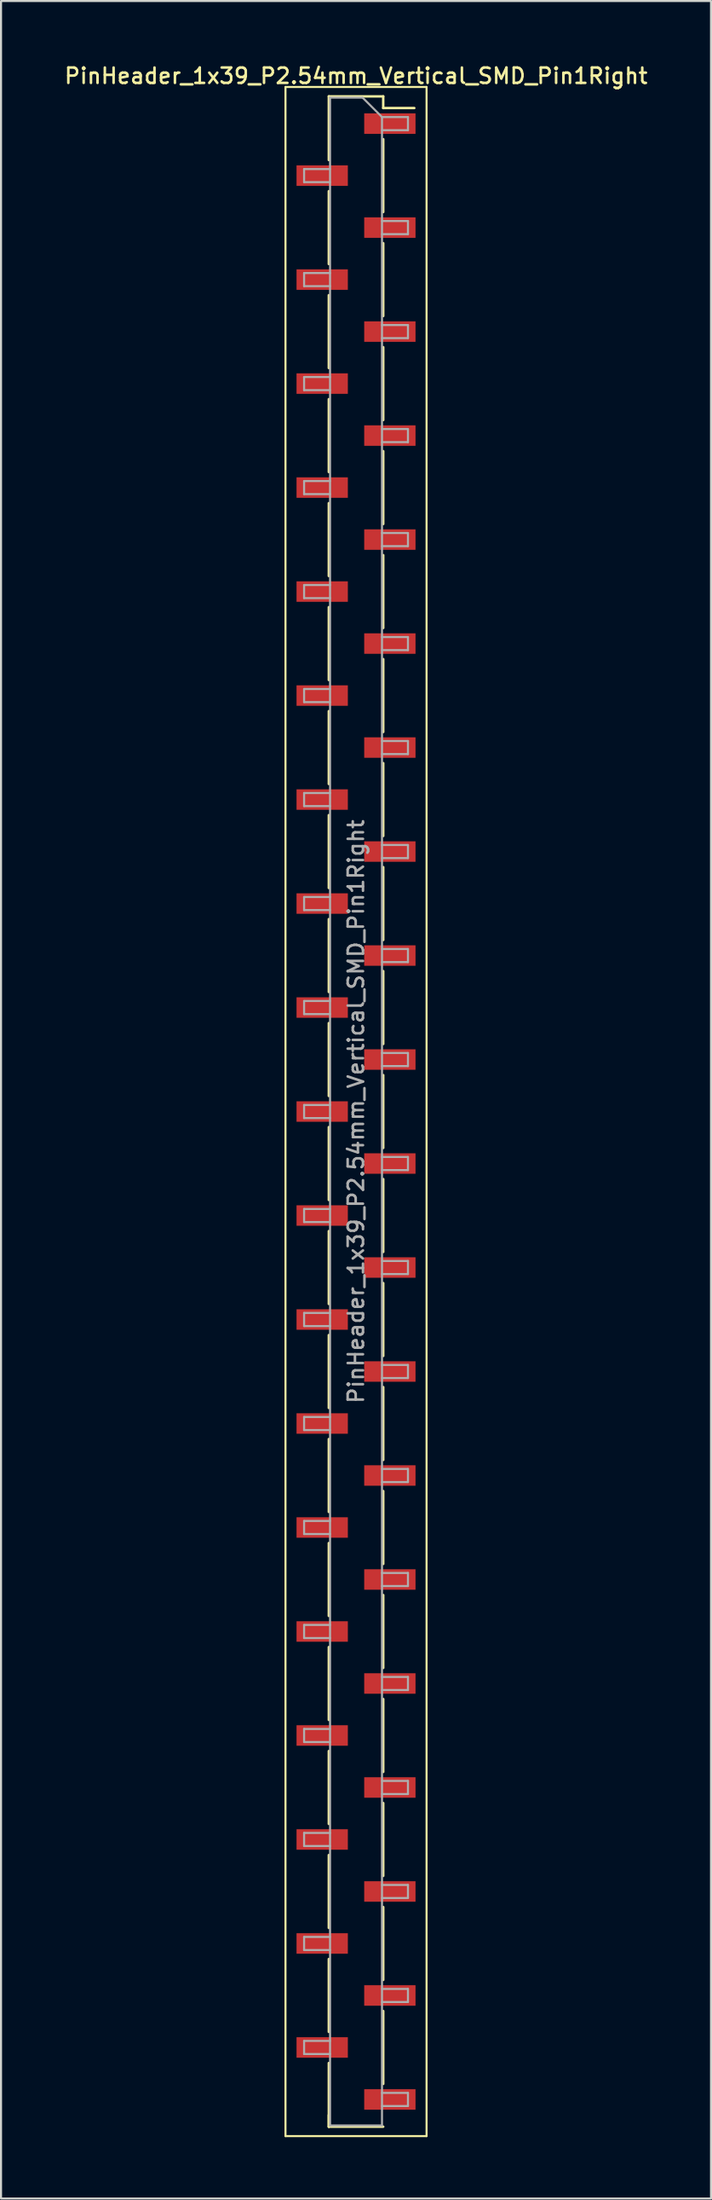
<source format=kicad_pcb>
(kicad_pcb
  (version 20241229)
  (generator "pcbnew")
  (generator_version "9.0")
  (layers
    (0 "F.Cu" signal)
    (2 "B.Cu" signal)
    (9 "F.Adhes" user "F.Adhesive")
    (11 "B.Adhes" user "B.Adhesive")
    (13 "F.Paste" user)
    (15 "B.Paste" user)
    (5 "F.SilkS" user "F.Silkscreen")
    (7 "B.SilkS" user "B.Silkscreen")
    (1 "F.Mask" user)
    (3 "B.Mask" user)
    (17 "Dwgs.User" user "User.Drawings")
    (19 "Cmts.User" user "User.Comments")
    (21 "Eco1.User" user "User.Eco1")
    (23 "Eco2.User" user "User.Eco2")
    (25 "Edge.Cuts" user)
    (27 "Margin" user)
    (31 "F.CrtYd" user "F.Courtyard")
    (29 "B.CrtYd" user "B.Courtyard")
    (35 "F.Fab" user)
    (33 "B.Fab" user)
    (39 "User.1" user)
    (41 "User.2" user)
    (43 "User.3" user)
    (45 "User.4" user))
  (footprint "PinHeader_1x39_P2.54mm_Vertical_SMD_Pin1Right"
    (layer "F.Cu")
    (at 14.363 51.248)
    (property "Reference" "PinHeader_1x39_P2.54mm_Vertical_SMD_Pin1Right" (at 0 -50.59 0) (layer "F.SilkS") (effects (font (size 0.75 0.75) (thickness 0.125))))
    (attr smd)
    (fp_line (start -3.45 -50.05) (end -3.45 50.05) (stroke (width 0.1) (type solid)) (layer "F.SilkS"))
    (fp_line (start -3.45 50.05) (end 3.45 50.05) (stroke (width 0.1) (type solid)) (layer "F.SilkS"))
    (fp_line (start -1.33 -49.59) (end -1.33 -46.48) (stroke (width 0.12) (type solid)) (layer "F.SilkS"))
    (fp_line (start -1.33 -49.59) (end 1.33 -49.59) (stroke (width 0.12) (type solid)) (layer "F.SilkS"))
    (fp_line (start -1.33 -44.96) (end -1.33 -41.4) (stroke (width 0.12) (type solid)) (layer "F.SilkS"))
    (fp_line (start -1.33 -39.88) (end -1.33 -36.32) (stroke (width 0.12) (type solid)) (layer "F.SilkS"))
    (fp_line (start -1.33 -34.8) (end -1.33 -31.24) (stroke (width 0.12) (type solid)) (layer "F.SilkS"))
    (fp_line (start -1.33 -29.72) (end -1.33 -26.16) (stroke (width 0.12) (type solid)) (layer "F.SilkS"))
    (fp_line (start -1.33 -24.64) (end -1.33 -21.08) (stroke (width 0.12) (type solid)) (layer "F.SilkS"))
    (fp_line (start -1.33 -19.56) (end -1.33 -16) (stroke (width 0.12) (type solid)) (layer "F.SilkS"))
    (fp_line (start -1.33 -14.48) (end -1.33 -10.92) (stroke (width 0.12) (type solid)) (layer "F.SilkS"))
    (fp_line (start -1.33 -9.4) (end -1.33 -5.84) (stroke (width 0.12) (type solid)) (layer "F.SilkS"))
    (fp_line (start -1.33 -4.32) (end -1.33 -0.76) (stroke (width 0.12) (type solid)) (layer "F.SilkS"))
    (fp_line (start -1.33 0.76) (end -1.33 4.32) (stroke (width 0.12) (type solid)) (layer "F.SilkS"))
    (fp_line (start -1.33 5.84) (end -1.33 9.4) (stroke (width 0.12) (type solid)) (layer "F.SilkS"))
    (fp_line (start -1.33 10.92) (end -1.33 14.48) (stroke (width 0.12) (type solid)) (layer "F.SilkS"))
    (fp_line (start -1.33 16) (end -1.33 19.56) (stroke (width 0.12) (type solid)) (layer "F.SilkS"))
    (fp_line (start -1.33 21.08) (end -1.33 24.64) (stroke (width 0.12) (type solid)) (layer "F.SilkS"))
    (fp_line (start -1.33 26.16) (end -1.33 29.72) (stroke (width 0.12) (type solid)) (layer "F.SilkS"))
    (fp_line (start -1.33 31.24) (end -1.33 34.8) (stroke (width 0.12) (type solid)) (layer "F.SilkS"))
    (fp_line (start -1.33 36.32) (end -1.33 39.88) (stroke (width 0.12) (type solid)) (layer "F.SilkS"))
    (fp_line (start -1.33 41.4) (end -1.33 44.96) (stroke (width 0.12) (type solid)) (layer "F.SilkS"))
    (fp_line (start -1.33 46.48) (end -1.33 49.59) (stroke (width 0.12) (type solid)) (layer "F.SilkS"))
    (fp_line (start -1.33 49.02) (end -1.33 49.59) (stroke (width 0.12) (type solid)) (layer "F.SilkS"))
    (fp_line (start -1.33 49.59) (end 1.33 49.59) (stroke (width 0.12) (type solid)) (layer "F.SilkS"))
    (fp_line (start 1.33 -49.59) (end 1.33 -49.02) (stroke (width 0.12) (type solid)) (layer "F.SilkS"))
    (fp_line (start 1.33 -49.02) (end 2.85 -49.02) (stroke (width 0.12) (type solid)) (layer "F.SilkS"))
    (fp_line (start 1.33 -47.5) (end 1.33 -43.94) (stroke (width 0.12) (type solid)) (layer "F.SilkS"))
    (fp_line (start 1.33 -42.42) (end 1.33 -38.86) (stroke (width 0.12) (type solid)) (layer "F.SilkS"))
    (fp_line (start 1.33 -37.34) (end 1.33 -33.78) (stroke (width 0.12) (type solid)) (layer "F.SilkS"))
    (fp_line (start 1.33 -32.26) (end 1.33 -28.7) (stroke (width 0.12) (type solid)) (layer "F.SilkS"))
    (fp_line (start 1.33 -27.18) (end 1.33 -23.62) (stroke (width 0.12) (type solid)) (layer "F.SilkS"))
    (fp_line (start 1.33 -22.1) (end 1.33 -18.54) (stroke (width 0.12) (type solid)) (layer "F.SilkS"))
    (fp_line (start 1.33 -17.02) (end 1.33 -13.46) (stroke (width 0.12) (type solid)) (layer "F.SilkS"))
    (fp_line (start 1.33 -11.94) (end 1.33 -8.38) (stroke (width 0.12) (type solid)) (layer "F.SilkS"))
    (fp_line (start 1.33 -6.86) (end 1.33 -3.3) (stroke (width 0.12) (type solid)) (layer "F.SilkS"))
    (fp_line (start 1.33 -1.78) (end 1.33 1.78) (stroke (width 0.12) (type solid)) (layer "F.SilkS"))
    (fp_line (start 1.33 3.3) (end 1.33 6.86) (stroke (width 0.12) (type solid)) (layer "F.SilkS"))
    (fp_line (start 1.33 8.38) (end 1.33 11.94) (stroke (width 0.12) (type solid)) (layer "F.SilkS"))
    (fp_line (start 1.33 13.46) (end 1.33 17.02) (stroke (width 0.12) (type solid)) (layer "F.SilkS"))
    (fp_line (start 1.33 18.54) (end 1.33 22.1) (stroke (width 0.12) (type solid)) (layer "F.SilkS"))
    (fp_line (start 1.33 23.62) (end 1.33 27.18) (stroke (width 0.12) (type solid)) (layer "F.SilkS"))
    (fp_line (start 1.33 28.7) (end 1.33 32.26) (stroke (width 0.12) (type solid)) (layer "F.SilkS"))
    (fp_line (start 1.33 33.78) (end 1.33 37.34) (stroke (width 0.12) (type solid)) (layer "F.SilkS"))
    (fp_line (start 1.33 38.86) (end 1.33 42.42) (stroke (width 0.12) (type solid)) (layer "F.SilkS"))
    (fp_line (start 1.33 43.94) (end 1.33 47.5) (stroke (width 0.12) (type solid)) (layer "F.SilkS"))
    (fp_line (start 3.45 -50.05) (end -3.45 -50.05) (stroke (width 0.1) (type solid)) (layer "F.SilkS"))
    (fp_line (start 3.45 50.05) (end 3.45 -50.05) (stroke (width 0.1) (type solid)) (layer "F.SilkS"))
    (fp_line (start -2.54 -46.04) (end -2.54 -45.4) (stroke (width 0.1) (type solid)) (layer "F.Fab"))
    (fp_line (start -2.54 -45.4) (end -1.27 -45.4) (stroke (width 0.1) (type solid)) (layer "F.Fab"))
    (fp_line (start -2.54 -40.96) (end -2.54 -40.32) (stroke (width 0.1) (type solid)) (layer "F.Fab"))
    (fp_line (start -2.54 -40.32) (end -1.27 -40.32) (stroke (width 0.1) (type solid)) (layer "F.Fab"))
    (fp_line (start -2.54 -35.88) (end -2.54 -35.24) (stroke (width 0.1) (type solid)) (layer "F.Fab"))
    (fp_line (start -2.54 -35.24) (end -1.27 -35.24) (stroke (width 0.1) (type solid)) (layer "F.Fab"))
    (fp_line (start -2.54 -30.8) (end -2.54 -30.16) (stroke (width 0.1) (type solid)) (layer "F.Fab"))
    (fp_line (start -2.54 -30.16) (end -1.27 -30.16) (stroke (width 0.1) (type solid)) (layer "F.Fab"))
    (fp_line (start -2.54 -25.72) (end -2.54 -25.08) (stroke (width 0.1) (type solid)) (layer "F.Fab"))
    (fp_line (start -2.54 -25.08) (end -1.27 -25.08) (stroke (width 0.1) (type solid)) (layer "F.Fab"))
    (fp_line (start -2.54 -20.64) (end -2.54 -20) (stroke (width 0.1) (type solid)) (layer "F.Fab"))
    (fp_line (start -2.54 -20) (end -1.27 -20) (stroke (width 0.1) (type solid)) (layer "F.Fab"))
    (fp_line (start -2.54 -15.56) (end -2.54 -14.92) (stroke (width 0.1) (type solid)) (layer "F.Fab"))
    (fp_line (start -2.54 -14.92) (end -1.27 -14.92) (stroke (width 0.1) (type solid)) (layer "F.Fab"))
    (fp_line (start -2.54 -10.48) (end -2.54 -9.84) (stroke (width 0.1) (type solid)) (layer "F.Fab"))
    (fp_line (start -2.54 -9.84) (end -1.27 -9.84) (stroke (width 0.1) (type solid)) (layer "F.Fab"))
    (fp_line (start -2.54 -5.4) (end -2.54 -4.76) (stroke (width 0.1) (type solid)) (layer "F.Fab"))
    (fp_line (start -2.54 -4.76) (end -1.27 -4.76) (stroke (width 0.1) (type solid)) (layer "F.Fab"))
    (fp_line (start -2.54 -0.32) (end -2.54 0.32) (stroke (width 0.1) (type solid)) (layer "F.Fab"))
    (fp_line (start -2.54 0.32) (end -1.27 0.32) (stroke (width 0.1) (type solid)) (layer "F.Fab"))
    (fp_line (start -2.54 4.76) (end -2.54 5.4) (stroke (width 0.1) (type solid)) (layer "F.Fab"))
    (fp_line (start -2.54 5.4) (end -1.27 5.4) (stroke (width 0.1) (type solid)) (layer "F.Fab"))
    (fp_line (start -2.54 9.84) (end -2.54 10.48) (stroke (width 0.1) (type solid)) (layer "F.Fab"))
    (fp_line (start -2.54 10.48) (end -1.27 10.48) (stroke (width 0.1) (type solid)) (layer "F.Fab"))
    (fp_line (start -2.54 14.92) (end -2.54 15.56) (stroke (width 0.1) (type solid)) (layer "F.Fab"))
    (fp_line (start -2.54 15.56) (end -1.27 15.56) (stroke (width 0.1) (type solid)) (layer "F.Fab"))
    (fp_line (start -2.54 20) (end -2.54 20.64) (stroke (width 0.1) (type solid)) (layer "F.Fab"))
    (fp_line (start -2.54 20.64) (end -1.27 20.64) (stroke (width 0.1) (type solid)) (layer "F.Fab"))
    (fp_line (start -2.54 25.08) (end -2.54 25.72) (stroke (width 0.1) (type solid)) (layer "F.Fab"))
    (fp_line (start -2.54 25.72) (end -1.27 25.72) (stroke (width 0.1) (type solid)) (layer "F.Fab"))
    (fp_line (start -2.54 30.16) (end -2.54 30.8) (stroke (width 0.1) (type solid)) (layer "F.Fab"))
    (fp_line (start -2.54 30.8) (end -1.27 30.8) (stroke (width 0.1) (type solid)) (layer "F.Fab"))
    (fp_line (start -2.54 35.24) (end -2.54 35.88) (stroke (width 0.1) (type solid)) (layer "F.Fab"))
    (fp_line (start -2.54 35.88) (end -1.27 35.88) (stroke (width 0.1) (type solid)) (layer "F.Fab"))
    (fp_line (start -2.54 40.32) (end -2.54 40.96) (stroke (width 0.1) (type solid)) (layer "F.Fab"))
    (fp_line (start -2.54 40.96) (end -1.27 40.96) (stroke (width 0.1) (type solid)) (layer "F.Fab"))
    (fp_line (start -2.54 45.4) (end -2.54 46.04) (stroke (width 0.1) (type solid)) (layer "F.Fab"))
    (fp_line (start -2.54 46.04) (end -1.27 46.04) (stroke (width 0.1) (type solid)) (layer "F.Fab"))
    (fp_line (start -1.27 -49.53) (end -1.27 49.53) (stroke (width 0.1) (type solid)) (layer "F.Fab"))
    (fp_line (start -1.27 -49.53) (end 0.32 -49.53) (stroke (width 0.1) (type solid)) (layer "F.Fab"))
    (fp_line (start -1.27 -46.04) (end -2.54 -46.04) (stroke (width 0.1) (type solid)) (layer "F.Fab"))
    (fp_line (start -1.27 -40.96) (end -2.54 -40.96) (stroke (width 0.1) (type solid)) (layer "F.Fab"))
    (fp_line (start -1.27 -35.88) (end -2.54 -35.88) (stroke (width 0.1) (type solid)) (layer "F.Fab"))
    (fp_line (start -1.27 -30.8) (end -2.54 -30.8) (stroke (width 0.1) (type solid)) (layer "F.Fab"))
    (fp_line (start -1.27 -25.72) (end -2.54 -25.72) (stroke (width 0.1) (type solid)) (layer "F.Fab"))
    (fp_line (start -1.27 -20.64) (end -2.54 -20.64) (stroke (width 0.1) (type solid)) (layer "F.Fab"))
    (fp_line (start -1.27 -15.56) (end -2.54 -15.56) (stroke (width 0.1) (type solid)) (layer "F.Fab"))
    (fp_line (start -1.27 -10.48) (end -2.54 -10.48) (stroke (width 0.1) (type solid)) (layer "F.Fab"))
    (fp_line (start -1.27 -5.4) (end -2.54 -5.4) (stroke (width 0.1) (type solid)) (layer "F.Fab"))
    (fp_line (start -1.27 -0.32) (end -2.54 -0.32) (stroke (width 0.1) (type solid)) (layer "F.Fab"))
    (fp_line (start -1.27 4.76) (end -2.54 4.76) (stroke (width 0.1) (type solid)) (layer "F.Fab"))
    (fp_line (start -1.27 9.84) (end -2.54 9.84) (stroke (width 0.1) (type solid)) (layer "F.Fab"))
    (fp_line (start -1.27 14.92) (end -2.54 14.92) (stroke (width 0.1) (type solid)) (layer "F.Fab"))
    (fp_line (start -1.27 20) (end -2.54 20) (stroke (width 0.1) (type solid)) (layer "F.Fab"))
    (fp_line (start -1.27 25.08) (end -2.54 25.08) (stroke (width 0.1) (type solid)) (layer "F.Fab"))
    (fp_line (start -1.27 30.16) (end -2.54 30.16) (stroke (width 0.1) (type solid)) (layer "F.Fab"))
    (fp_line (start -1.27 35.24) (end -2.54 35.24) (stroke (width 0.1) (type solid)) (layer "F.Fab"))
    (fp_line (start -1.27 40.32) (end -2.54 40.32) (stroke (width 0.1) (type solid)) (layer "F.Fab"))
    (fp_line (start -1.27 45.4) (end -2.54 45.4) (stroke (width 0.1) (type solid)) (layer "F.Fab"))
    (fp_line (start 1.27 -48.58) (end 0.32 -49.53) (stroke (width 0.1) (type solid)) (layer "F.Fab"))
    (fp_line (start 1.27 -48.58) (end 2.54 -48.58) (stroke (width 0.1) (type solid)) (layer "F.Fab"))
    (fp_line (start 1.27 -43.5) (end 2.54 -43.5) (stroke (width 0.1) (type solid)) (layer "F.Fab"))
    (fp_line (start 1.27 -38.42) (end 2.54 -38.42) (stroke (width 0.1) (type solid)) (layer "F.Fab"))
    (fp_line (start 1.27 -33.34) (end 2.54 -33.34) (stroke (width 0.1) (type solid)) (layer "F.Fab"))
    (fp_line (start 1.27 -28.26) (end 2.54 -28.26) (stroke (width 0.1) (type solid)) (layer "F.Fab"))
    (fp_line (start 1.27 -23.18) (end 2.54 -23.18) (stroke (width 0.1) (type solid)) (layer "F.Fab"))
    (fp_line (start 1.27 -18.1) (end 2.54 -18.1) (stroke (width 0.1) (type solid)) (layer "F.Fab"))
    (fp_line (start 1.27 -13.02) (end 2.54 -13.02) (stroke (width 0.1) (type solid)) (layer "F.Fab"))
    (fp_line (start 1.27 -7.94) (end 2.54 -7.94) (stroke (width 0.1) (type solid)) (layer "F.Fab"))
    (fp_line (start 1.27 -2.86) (end 2.54 -2.86) (stroke (width 0.1) (type solid)) (layer "F.Fab"))
    (fp_line (start 1.27 2.22) (end 2.54 2.22) (stroke (width 0.1) (type solid)) (layer "F.Fab"))
    (fp_line (start 1.27 7.3) (end 2.54 7.3) (stroke (width 0.1) (type solid)) (layer "F.Fab"))
    (fp_line (start 1.27 12.38) (end 2.54 12.38) (stroke (width 0.1) (type solid)) (layer "F.Fab"))
    (fp_line (start 1.27 17.46) (end 2.54 17.46) (stroke (width 0.1) (type solid)) (layer "F.Fab"))
    (fp_line (start 1.27 22.54) (end 2.54 22.54) (stroke (width 0.1) (type solid)) (layer "F.Fab"))
    (fp_line (start 1.27 27.62) (end 2.54 27.62) (stroke (width 0.1) (type solid)) (layer "F.Fab"))
    (fp_line (start 1.27 32.7) (end 2.54 32.7) (stroke (width 0.1) (type solid)) (layer "F.Fab"))
    (fp_line (start 1.27 37.78) (end 2.54 37.78) (stroke (width 0.1) (type solid)) (layer "F.Fab"))
    (fp_line (start 1.27 42.86) (end 2.54 42.86) (stroke (width 0.1) (type solid)) (layer "F.Fab"))
    (fp_line (start 1.27 47.94) (end 2.54 47.94) (stroke (width 0.1) (type solid)) (layer "F.Fab"))
    (fp_line (start 1.27 49.53) (end -1.27 49.53) (stroke (width 0.1) (type solid)) (layer "F.Fab"))
    (fp_line (start 1.27 49.53) (end 1.27 -48.58) (stroke (width 0.1) (type solid)) (layer "F.Fab"))
    (fp_line (start 2.54 -48.58) (end 2.54 -47.94) (stroke (width 0.1) (type solid)) (layer "F.Fab"))
    (fp_line (start 2.54 -47.94) (end 1.27 -47.94) (stroke (width 0.1) (type solid)) (layer "F.Fab"))
    (fp_line (start 2.54 -43.5) (end 2.54 -42.86) (stroke (width 0.1) (type solid)) (layer "F.Fab"))
    (fp_line (start 2.54 -42.86) (end 1.27 -42.86) (stroke (width 0.1) (type solid)) (layer "F.Fab"))
    (fp_line (start 2.54 -38.42) (end 2.54 -37.78) (stroke (width 0.1) (type solid)) (layer "F.Fab"))
    (fp_line (start 2.54 -37.78) (end 1.27 -37.78) (stroke (width 0.1) (type solid)) (layer "F.Fab"))
    (fp_line (start 2.54 -33.34) (end 2.54 -32.7) (stroke (width 0.1) (type solid)) (layer "F.Fab"))
    (fp_line (start 2.54 -32.7) (end 1.27 -32.7) (stroke (width 0.1) (type solid)) (layer "F.Fab"))
    (fp_line (start 2.54 -28.26) (end 2.54 -27.62) (stroke (width 0.1) (type solid)) (layer "F.Fab"))
    (fp_line (start 2.54 -27.62) (end 1.27 -27.62) (stroke (width 0.1) (type solid)) (layer "F.Fab"))
    (fp_line (start 2.54 -23.18) (end 2.54 -22.54) (stroke (width 0.1) (type solid)) (layer "F.Fab"))
    (fp_line (start 2.54 -22.54) (end 1.27 -22.54) (stroke (width 0.1) (type solid)) (layer "F.Fab"))
    (fp_line (start 2.54 -18.1) (end 2.54 -17.46) (stroke (width 0.1) (type solid)) (layer "F.Fab"))
    (fp_line (start 2.54 -17.46) (end 1.27 -17.46) (stroke (width 0.1) (type solid)) (layer "F.Fab"))
    (fp_line (start 2.54 -13.02) (end 2.54 -12.38) (stroke (width 0.1) (type solid)) (layer "F.Fab"))
    (fp_line (start 2.54 -12.38) (end 1.27 -12.38) (stroke (width 0.1) (type solid)) (layer "F.Fab"))
    (fp_line (start 2.54 -7.94) (end 2.54 -7.3) (stroke (width 0.1) (type solid)) (layer "F.Fab"))
    (fp_line (start 2.54 -7.3) (end 1.27 -7.3) (stroke (width 0.1) (type solid)) (layer "F.Fab"))
    (fp_line (start 2.54 -2.86) (end 2.54 -2.22) (stroke (width 0.1) (type solid)) (layer "F.Fab"))
    (fp_line (start 2.54 -2.22) (end 1.27 -2.22) (stroke (width 0.1) (type solid)) (layer "F.Fab"))
    (fp_line (start 2.54 2.22) (end 2.54 2.86) (stroke (width 0.1) (type solid)) (layer "F.Fab"))
    (fp_line (start 2.54 2.86) (end 1.27 2.86) (stroke (width 0.1) (type solid)) (layer "F.Fab"))
    (fp_line (start 2.54 7.3) (end 2.54 7.94) (stroke (width 0.1) (type solid)) (layer "F.Fab"))
    (fp_line (start 2.54 7.94) (end 1.27 7.94) (stroke (width 0.1) (type solid)) (layer "F.Fab"))
    (fp_line (start 2.54 12.38) (end 2.54 13.02) (stroke (width 0.1) (type solid)) (layer "F.Fab"))
    (fp_line (start 2.54 13.02) (end 1.27 13.02) (stroke (width 0.1) (type solid)) (layer "F.Fab"))
    (fp_line (start 2.54 17.46) (end 2.54 18.1) (stroke (width 0.1) (type solid)) (layer "F.Fab"))
    (fp_line (start 2.54 18.1) (end 1.27 18.1) (stroke (width 0.1) (type solid)) (layer "F.Fab"))
    (fp_line (start 2.54 22.54) (end 2.54 23.18) (stroke (width 0.1) (type solid)) (layer "F.Fab"))
    (fp_line (start 2.54 23.18) (end 1.27 23.18) (stroke (width 0.1) (type solid)) (layer "F.Fab"))
    (fp_line (start 2.54 27.62) (end 2.54 28.26) (stroke (width 0.1) (type solid)) (layer "F.Fab"))
    (fp_line (start 2.54 28.26) (end 1.27 28.26) (stroke (width 0.1) (type solid)) (layer "F.Fab"))
    (fp_line (start 2.54 32.7) (end 2.54 33.34) (stroke (width 0.1) (type solid)) (layer "F.Fab"))
    (fp_line (start 2.54 33.34) (end 1.27 33.34) (stroke (width 0.1) (type solid)) (layer "F.Fab"))
    (fp_line (start 2.54 37.78) (end 2.54 38.42) (stroke (width 0.1) (type solid)) (layer "F.Fab"))
    (fp_line (start 2.54 38.42) (end 1.27 38.42) (stroke (width 0.1) (type solid)) (layer "F.Fab"))
    (fp_line (start 2.54 42.86) (end 2.54 43.5) (stroke (width 0.1) (type solid)) (layer "F.Fab"))
    (fp_line (start 2.54 43.5) (end 1.27 43.5) (stroke (width 0.1) (type solid)) (layer "F.Fab"))
    (fp_line (start 2.54 47.94) (end 2.54 48.58) (stroke (width 0.1) (type solid)) (layer "F.Fab"))
    (fp_line (start 2.54 48.58) (end 1.27 48.58) (stroke (width 0.1) (type solid)) (layer "F.Fab"))
    (fp_text user "${REFERENCE}" (at 0 0 90) (layer "F.Fab") (effects (font (size 0.75 0.75) (thickness 0.125))))
    (pad "1" smd rect (at 1.655 -48.26) (size 2.51 1) (layers "F.Cu" "F.Mask" "F.Paste"))
    (pad "2" smd rect (at -1.655 -45.72) (size 2.51 1) (layers "F.Cu" "F.Mask" "F.Paste"))
    (pad "3" smd rect (at 1.655 -43.18) (size 2.51 1) (layers "F.Cu" "F.Mask" "F.Paste"))
    (pad "4" smd rect (at -1.655 -40.64) (size 2.51 1) (layers "F.Cu" "F.Mask" "F.Paste"))
    (pad "5" smd rect (at 1.655 -38.1) (size 2.51 1) (layers "F.Cu" "F.Mask" "F.Paste"))
    (pad "6" smd rect (at -1.655 -35.56) (size 2.51 1) (layers "F.Cu" "F.Mask" "F.Paste"))
    (pad "7" smd rect (at 1.655 -33.02) (size 2.51 1) (layers "F.Cu" "F.Mask" "F.Paste"))
    (pad "8" smd rect (at -1.655 -30.48) (size 2.51 1) (layers "F.Cu" "F.Mask" "F.Paste"))
    (pad "9" smd rect (at 1.655 -27.94) (size 2.51 1) (layers "F.Cu" "F.Mask" "F.Paste"))
    (pad "10" smd rect (at -1.655 -25.4) (size 2.51 1) (layers "F.Cu" "F.Mask" "F.Paste"))
    (pad "11" smd rect (at 1.655 -22.86) (size 2.51 1) (layers "F.Cu" "F.Mask" "F.Paste"))
    (pad "12" smd rect (at -1.655 -20.32) (size 2.51 1) (layers "F.Cu" "F.Mask" "F.Paste"))
    (pad "13" smd rect (at 1.655 -17.78) (size 2.51 1) (layers "F.Cu" "F.Mask" "F.Paste"))
    (pad "14" smd rect (at -1.655 -15.24) (size 2.51 1) (layers "F.Cu" "F.Mask" "F.Paste"))
    (pad "15" smd rect (at 1.655 -12.7) (size 2.51 1) (layers "F.Cu" "F.Mask" "F.Paste"))
    (pad "16" smd rect (at -1.655 -10.16) (size 2.51 1) (layers "F.Cu" "F.Mask" "F.Paste"))
    (pad "17" smd rect (at 1.655 -7.62) (size 2.51 1) (layers "F.Cu" "F.Mask" "F.Paste"))
    (pad "18" smd rect (at -1.655 -5.08) (size 2.51 1) (layers "F.Cu" "F.Mask" "F.Paste"))
    (pad "19" smd rect (at 1.655 -2.54) (size 2.51 1) (layers "F.Cu" "F.Mask" "F.Paste"))
    (pad "20" smd rect (at -1.655 0) (size 2.51 1) (layers "F.Cu" "F.Mask" "F.Paste"))
    (pad "21" smd rect (at 1.655 2.54) (size 2.51 1) (layers "F.Cu" "F.Mask" "F.Paste"))
    (pad "22" smd rect (at -1.655 5.08) (size 2.51 1) (layers "F.Cu" "F.Mask" "F.Paste"))
    (pad "23" smd rect (at 1.655 7.62) (size 2.51 1) (layers "F.Cu" "F.Mask" "F.Paste"))
    (pad "24" smd rect (at -1.655 10.16) (size 2.51 1) (layers "F.Cu" "F.Mask" "F.Paste"))
    (pad "25" smd rect (at 1.655 12.7) (size 2.51 1) (layers "F.Cu" "F.Mask" "F.Paste"))
    (pad "26" smd rect (at -1.655 15.24) (size 2.51 1) (layers "F.Cu" "F.Mask" "F.Paste"))
    (pad "27" smd rect (at 1.655 17.78) (size 2.51 1) (layers "F.Cu" "F.Mask" "F.Paste"))
    (pad "28" smd rect (at -1.655 20.32) (size 2.51 1) (layers "F.Cu" "F.Mask" "F.Paste"))
    (pad "29" smd rect (at 1.655 22.86) (size 2.51 1) (layers "F.Cu" "F.Mask" "F.Paste"))
    (pad "30" smd rect (at -1.655 25.4) (size 2.51 1) (layers "F.Cu" "F.Mask" "F.Paste"))
    (pad "31" smd rect (at 1.655 27.94) (size 2.51 1) (layers "F.Cu" "F.Mask" "F.Paste"))
    (pad "32" smd rect (at -1.655 30.48) (size 2.51 1) (layers "F.Cu" "F.Mask" "F.Paste"))
    (pad "33" smd rect (at 1.655 33.02) (size 2.51 1) (layers "F.Cu" "F.Mask" "F.Paste"))
    (pad "34" smd rect (at -1.655 35.56) (size 2.51 1) (layers "F.Cu" "F.Mask" "F.Paste"))
    (pad "35" smd rect (at 1.655 38.1) (size 2.51 1) (layers "F.Cu" "F.Mask" "F.Paste"))
    (pad "36" smd rect (at -1.655 40.64) (size 2.51 1) (layers "F.Cu" "F.Mask" "F.Paste"))
    (pad "37" smd rect (at 1.655 43.18) (size 2.51 1) (layers "F.Cu" "F.Mask" "F.Paste"))
    (pad "38" smd rect (at -1.655 45.72) (size 2.51 1) (layers "F.Cu" "F.Mask" "F.Paste"))
    (pad "39" smd rect (at 1.655 48.26) (size 2.51 1) (layers "F.Cu" "F.Mask" "F.Paste")))
  (gr_rect
    (start -3 -3)
    (end 31.725 104.348)
    (stroke (width 0.1) (type default))
    (fill no)
    (layer "Edge.Cuts")))
</source>
